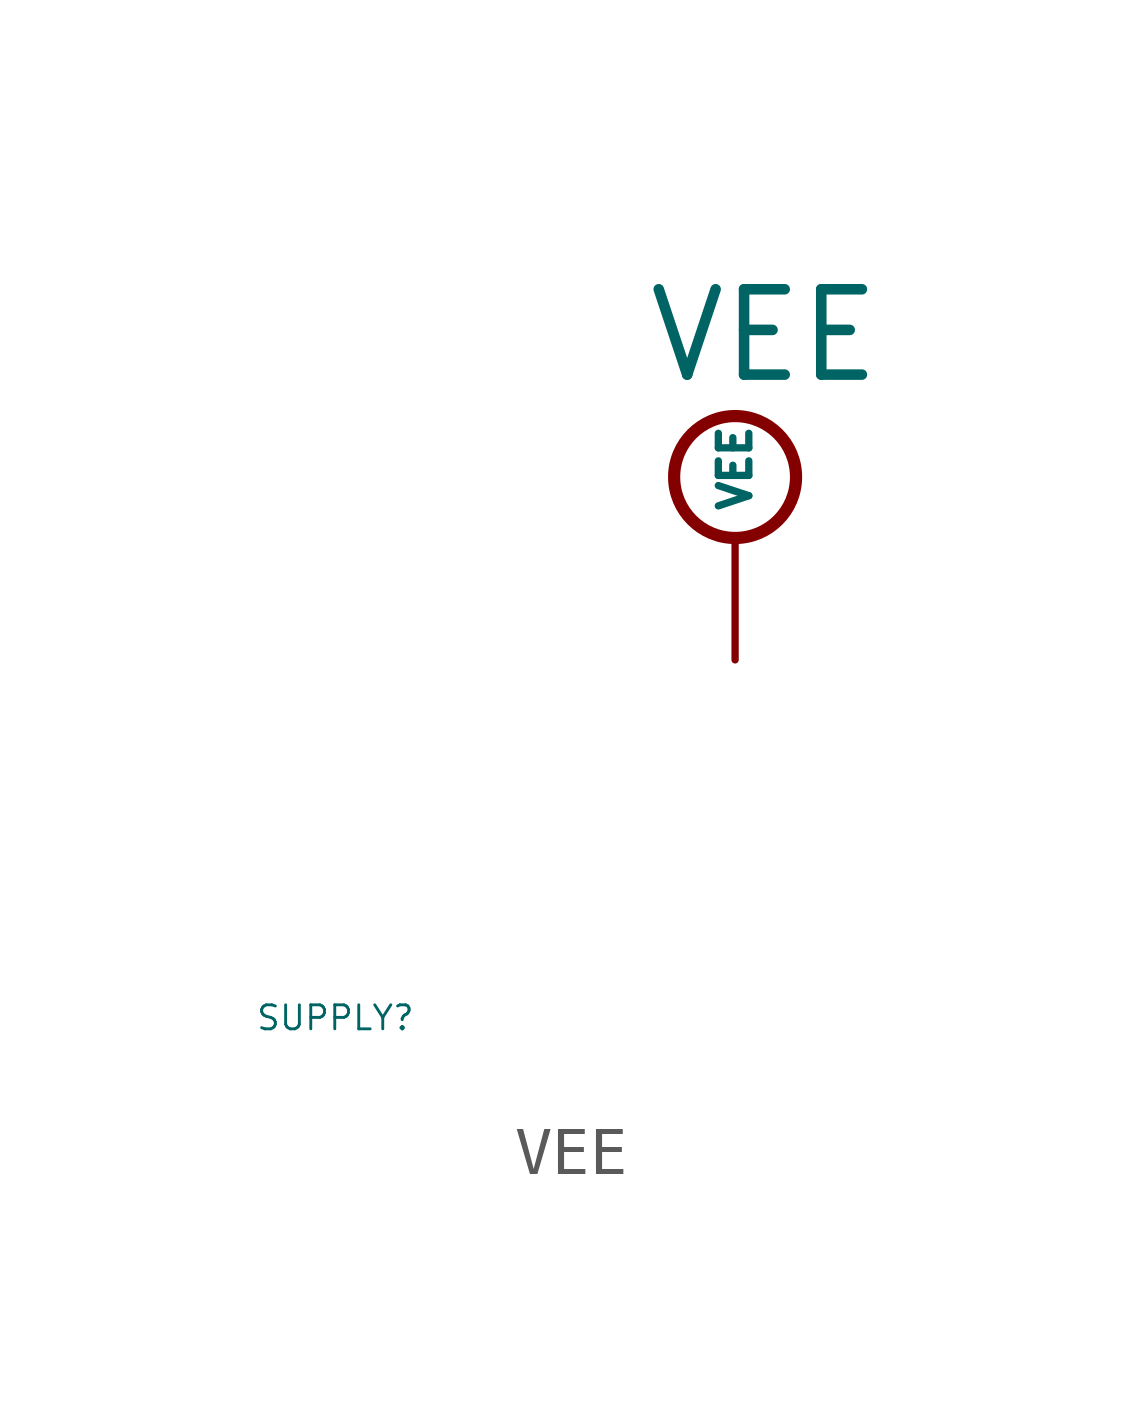
<source format=kicad_sym>
(kicad_symbol_lib
  (version 20220914)
  (generator Eagle2Kicad)
  (symbol "VEE"
    (property "Reference" "SUPPLY"
      (at -10 -10 0)
      (effects (font (size 0.5 0.5) (thickness 0.06)) (justify left)))
    (property "Value" "VEE"
      (at -1.905 3.175 0)
      (effects (font (size 1.778 1.778) (thickness 0.22)) (justify left bottom)))
    (circle
      (center 0 1.27)
      (radius 1.27)
      (stroke (width 0.254) (type default))
      (fill (type none)))
    (pin unspecified line
      (at 0 -2.54 90)
      (length 2.54)
      (name "VEE" (effects (font (size 0.635 0.635) (thickness 0.08)) (justify left bottom)))
      (number "" (effects (font (size 0.635 0.635) (thickness 0.08)) (justify left bottom))))))
</source>
